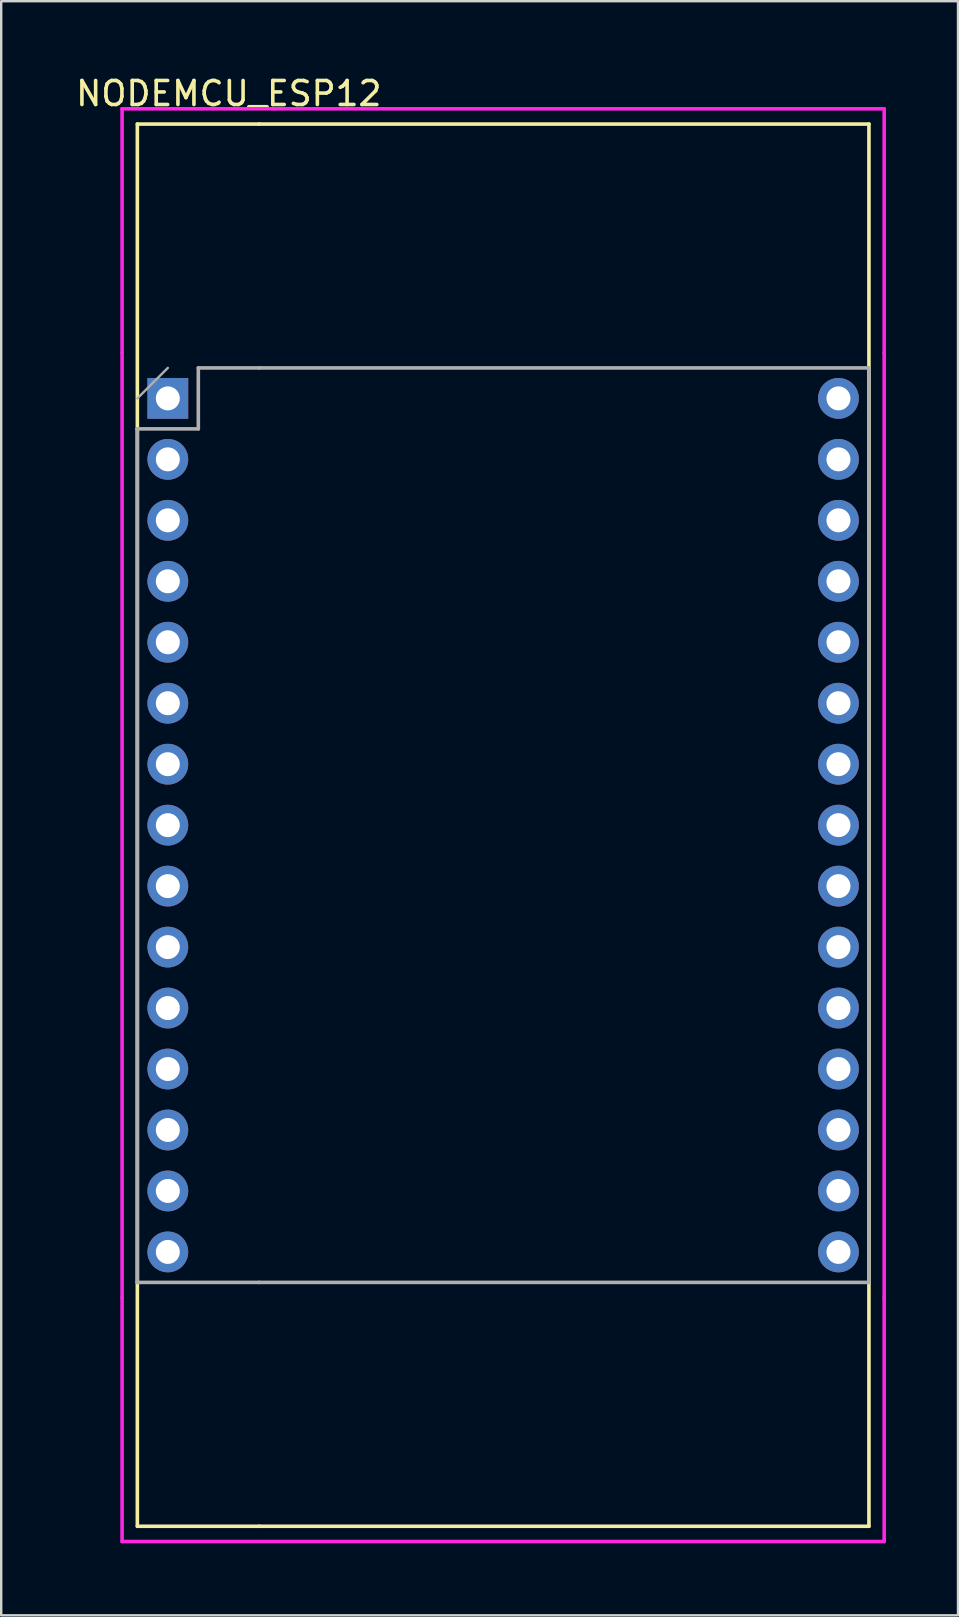
<source format=kicad_pcb>
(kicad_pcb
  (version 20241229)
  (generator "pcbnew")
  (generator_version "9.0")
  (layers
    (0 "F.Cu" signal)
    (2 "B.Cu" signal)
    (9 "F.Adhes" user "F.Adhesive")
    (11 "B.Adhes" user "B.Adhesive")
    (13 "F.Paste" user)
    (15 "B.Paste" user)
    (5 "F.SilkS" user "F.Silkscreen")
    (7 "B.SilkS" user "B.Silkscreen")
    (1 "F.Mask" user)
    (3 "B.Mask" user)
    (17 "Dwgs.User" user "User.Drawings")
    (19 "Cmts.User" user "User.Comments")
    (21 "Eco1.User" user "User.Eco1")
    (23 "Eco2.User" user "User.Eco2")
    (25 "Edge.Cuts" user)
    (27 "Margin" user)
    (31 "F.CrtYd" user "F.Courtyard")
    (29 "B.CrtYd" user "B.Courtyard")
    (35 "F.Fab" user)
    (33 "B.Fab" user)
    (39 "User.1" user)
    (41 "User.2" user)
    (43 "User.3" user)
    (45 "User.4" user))
  (footprint "NODEMCU_ESP12"
    (layer "F.Cu")
    (at 19.182 31.328)
    (property "Reference" "NODEMCU_ESP12" (at -12.7 -30.48 0) (layer "F.SilkS") (effects (font (size 1 1) (thickness 0.15))))
    (attr through_hole)
    (fp_line (start -16.51 -29.21) (end -11.43 -29.21) (stroke (width 0.15) (type solid)) (layer "F.SilkS"))
    (fp_line (start -16.51 -16.51) (end -16.51 -29.21) (stroke (width 0.15) (type solid)) (layer "F.SilkS"))
    (fp_line (start -16.51 -16.51) (end -16.51 19.05) (stroke (width 0.15) (type solid)) (layer "F.SilkS"))
    (fp_line (start -16.51 29.21) (end -16.51 19.05) (stroke (width 0.15) (type solid)) (layer "F.SilkS"))
    (fp_line (start -11.43 29.21) (end -16.51 29.21) (stroke (width 0.15) (type solid)) (layer "F.SilkS"))
    (fp_line (start -11.43 29.21) (end 13.97 29.21) (stroke (width 0.15) (type solid)) (layer "F.SilkS"))
    (fp_line (start 13.97 -29.21) (end -11.43 -29.21) (stroke (width 0.15) (type solid)) (layer "F.SilkS"))
    (fp_line (start 13.97 -19.05) (end 13.97 -29.21) (stroke (width 0.15) (type solid)) (layer "F.SilkS"))
    (fp_line (start 13.97 19.05) (end 13.97 -19.05) (stroke (width 0.15) (type solid)) (layer "F.SilkS"))
    (fp_line (start 13.97 19.05) (end 13.97 29.21) (stroke (width 0.15) (type solid)) (layer "F.SilkS"))
    (fp_line (start -17.145 -29.845) (end -10.795 -29.845) (stroke (width 0.15) (type solid)) (layer "F.CrtYd"))
    (fp_line (start -17.145 -19.685) (end -17.145 -29.845) (stroke (width 0.15) (type solid)) (layer "F.CrtYd"))
    (fp_line (start -17.145 19.685) (end -17.145 -19.685) (stroke (width 0.15) (type solid)) (layer "F.CrtYd"))
    (fp_line (start -17.145 19.685) (end -17.145 29.845) (stroke (width 0.15) (type solid)) (layer "F.CrtYd"))
    (fp_line (start -10.795 -29.845) (end 14.605 -29.845) (stroke (width 0.15) (type solid)) (layer "F.CrtYd"))
    (fp_line (start 14.605 -19.685) (end 14.605 -29.845) (stroke (width 0.15) (type solid)) (layer "F.CrtYd"))
    (fp_line (start 14.605 -19.685) (end 14.605 19.685) (stroke (width 0.15) (type solid)) (layer "F.CrtYd"))
    (fp_line (start 14.605 19.685) (end 14.605 29.845) (stroke (width 0.15) (type solid)) (layer "F.CrtYd"))
    (fp_line (start 14.605 29.845) (end -17.145 29.845) (stroke (width 0.15) (type solid)) (layer "F.CrtYd"))
    (fp_line (start -16.51 -17.78) (end -15.24 -19.05) (stroke (width 0.1) (type solid)) (layer "F.Fab"))
    (fp_line (start -16.51 -16.51) (end -13.97 -16.51) (stroke (width 0.15) (type solid)) (layer "F.Fab"))
    (fp_line (start -16.51 19.05) (end -16.51 -16.51) (stroke (width 0.15) (type solid)) (layer "F.Fab"))
    (fp_line (start -13.97 -19.05) (end -11.43 -19.05) (stroke (width 0.15) (type solid)) (layer "F.Fab"))
    (fp_line (start -13.97 -16.51) (end -13.97 -19.05) (stroke (width 0.15) (type solid)) (layer "F.Fab"))
    (fp_line (start -11.43 -19.05) (end 13.97 -19.05) (stroke (width 0.15) (type solid)) (layer "F.Fab"))
    (fp_line (start -11.43 19.05) (end -16.51 19.05) (stroke (width 0.15) (type solid)) (layer "F.Fab"))
    (fp_line (start 13.97 -19.05) (end 13.97 19.05) (stroke (width 0.15) (type solid)) (layer "F.Fab"))
    (fp_line (start 13.97 19.05) (end -11.43 19.05) (stroke (width 0.15) (type solid)) (layer "F.Fab"))
    (pad "1" thru_hole rect (at -15.24 -17.78) (size 1.7 1.7) (drill 1) (layers "*.Cu" "*.Mask"))
    (pad "2" thru_hole oval (at -15.24 -15.24) (size 1.7 1.7) (drill 1) (layers "*.Cu" "*.Mask"))
    (pad "3" thru_hole oval (at -15.24 -12.7) (size 1.7 1.7) (drill 1) (layers "*.Cu" "*.Mask"))
    (pad "4" thru_hole oval (at -15.24 -10.16) (size 1.7 1.7) (drill 1) (layers "*.Cu" "*.Mask"))
    (pad "5" thru_hole oval (at -15.24 -7.62) (size 1.7 1.7) (drill 1) (layers "*.Cu" "*.Mask"))
    (pad "6" thru_hole oval (at -15.24 -5.08) (size 1.7 1.7) (drill 1) (layers "*.Cu" "*.Mask"))
    (pad "7" thru_hole oval (at -15.24 -2.54) (size 1.7 1.7) (drill 1) (layers "*.Cu" "*.Mask"))
    (pad "8" thru_hole oval (at -15.24 0) (size 1.7 1.7) (drill 1) (layers "*.Cu" "*.Mask"))
    (pad "9" thru_hole oval (at -15.24 2.54) (size 1.7 1.7) (drill 1) (layers "*.Cu" "*.Mask"))
    (pad "10" thru_hole oval (at -15.24 5.08) (size 1.7 1.7) (drill 1) (layers "*.Cu" "*.Mask"))
    (pad "11" thru_hole oval (at -15.24 7.62) (size 1.7 1.7) (drill 1) (layers "*.Cu" "*.Mask"))
    (pad "12" thru_hole oval (at -15.24 10.16) (size 1.7 1.7) (drill 1) (layers "*.Cu" "*.Mask"))
    (pad "13" thru_hole oval (at -15.24 12.7) (size 1.7 1.7) (drill 1) (layers "*.Cu" "*.Mask"))
    (pad "14" thru_hole oval (at -15.24 15.24) (size 1.7 1.7) (drill 1) (layers "*.Cu" "*.Mask"))
    (pad "15" thru_hole oval (at -15.24 17.78) (size 1.7 1.7) (drill 1) (layers "*.Cu" "*.Mask"))
    (pad "16" thru_hole oval (at 12.7 17.78) (size 1.7 1.7) (drill 1) (layers "*.Cu" "*.Mask"))
    (pad "17" thru_hole oval (at 12.7 15.24) (size 1.7 1.7) (drill 1) (layers "*.Cu" "*.Mask"))
    (pad "18" thru_hole oval (at 12.7 12.7) (size 1.7 1.7) (drill 1) (layers "*.Cu" "*.Mask"))
    (pad "19" thru_hole oval (at 12.7 10.16) (size 1.7 1.7) (drill 1) (layers "*.Cu" "*.Mask"))
    (pad "20" thru_hole oval (at 12.7 7.62) (size 1.7 1.7) (drill 1) (layers "*.Cu" "*.Mask"))
    (pad "21" thru_hole oval (at 12.7 5.08) (size 1.7 1.7) (drill 1) (layers "*.Cu" "*.Mask"))
    (pad "22" thru_hole oval (at 12.7 2.54) (size 1.7 1.7) (drill 1) (layers "*.Cu" "*.Mask"))
    (pad "23" thru_hole oval (at 12.7 0) (size 1.7 1.7) (drill 1) (layers "*.Cu" "*.Mask"))
    (pad "24" thru_hole oval (at 12.7 -2.54) (size 1.7 1.7) (drill 1) (layers "*.Cu" "*.Mask"))
    (pad "25" thru_hole oval (at 12.7 -5.08) (size 1.7 1.7) (drill 1) (layers "*.Cu" "*.Mask"))
    (pad "26" thru_hole oval (at 12.7 -7.62) (size 1.7 1.7) (drill 1) (layers "*.Cu" "*.Mask"))
    (pad "27" thru_hole oval (at 12.7 -10.16) (size 1.7 1.7) (drill 1) (layers "*.Cu" "*.Mask"))
    (pad "28" thru_hole oval (at 12.7 -12.7) (size 1.7 1.7) (drill 1) (layers "*.Cu" "*.Mask"))
    (pad "29" thru_hole oval (at 12.7 -15.24) (size 1.7 1.7) (drill 1) (layers "*.Cu" "*.Mask"))
    (pad "30" thru_hole oval (at 12.7 -17.78) (size 1.7 1.7) (drill 1) (layers "*.Cu" "*.Mask")))
  (gr_rect
    (start -3 -3)
    (end 36.862 64.248)
    (stroke (width 0.1) (type default))
    (fill no)
    (layer "Edge.Cuts")))
</source>
